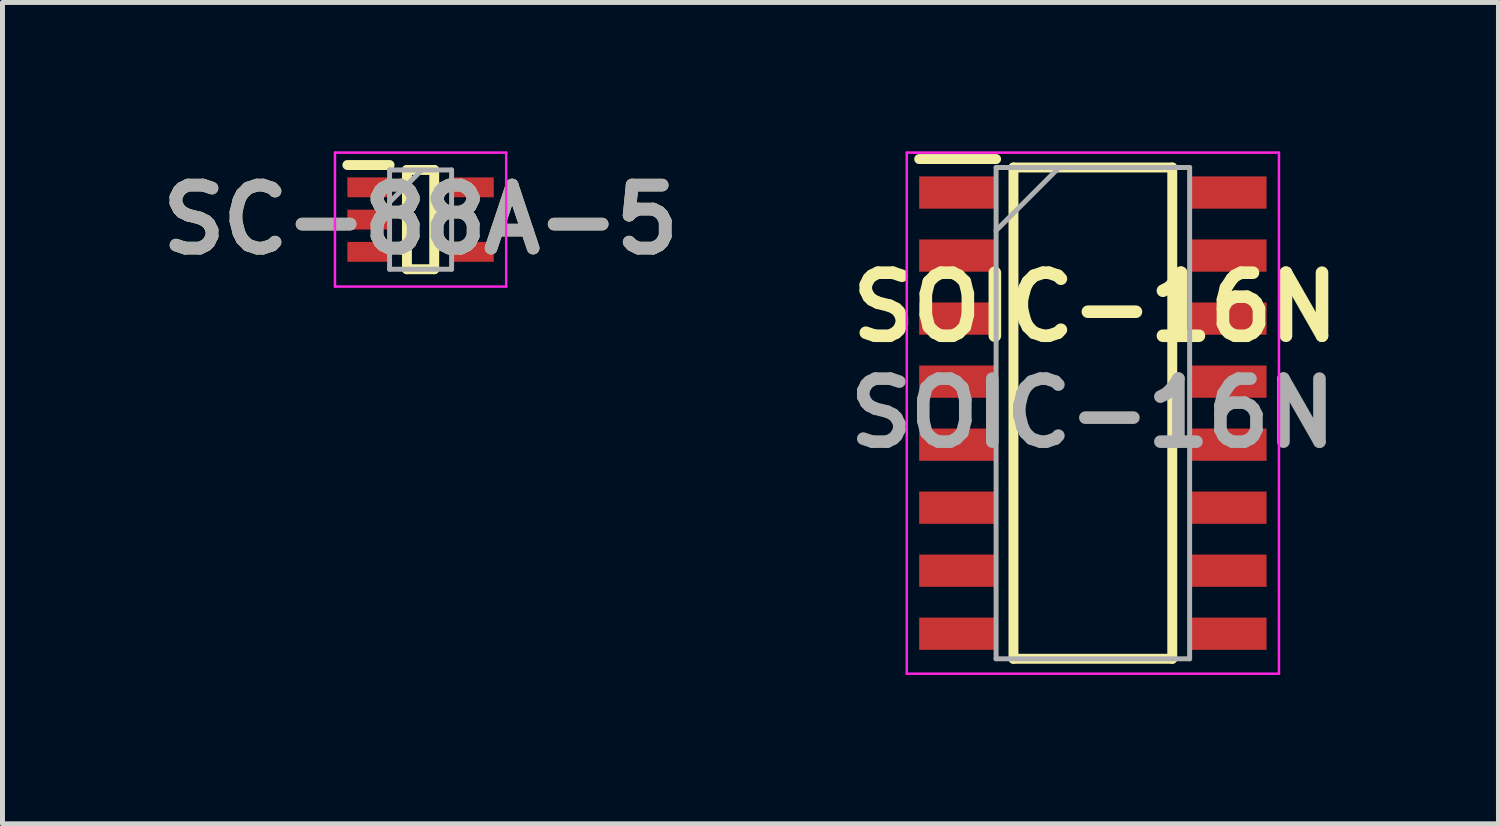
<source format=kicad_pcb>
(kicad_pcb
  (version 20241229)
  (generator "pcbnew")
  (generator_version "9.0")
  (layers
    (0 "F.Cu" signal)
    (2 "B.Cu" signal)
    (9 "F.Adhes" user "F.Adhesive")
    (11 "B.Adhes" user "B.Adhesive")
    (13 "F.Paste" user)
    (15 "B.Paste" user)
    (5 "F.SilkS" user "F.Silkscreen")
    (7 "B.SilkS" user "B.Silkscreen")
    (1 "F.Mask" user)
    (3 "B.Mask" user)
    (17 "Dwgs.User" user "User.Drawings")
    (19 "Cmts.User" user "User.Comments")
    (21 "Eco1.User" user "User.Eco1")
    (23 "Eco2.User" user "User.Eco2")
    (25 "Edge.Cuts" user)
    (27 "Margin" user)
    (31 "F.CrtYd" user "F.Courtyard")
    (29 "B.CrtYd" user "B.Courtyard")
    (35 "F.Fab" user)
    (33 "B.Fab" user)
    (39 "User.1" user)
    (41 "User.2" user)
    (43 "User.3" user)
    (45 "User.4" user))
  (footprint "SOIC-16N"
    (layer "F.Cu")
    (at 18.972 5.275)
    (property "Reference" "SOIC-16N" (at 0.051 -2.134 0) (layer "F.SilkS") (effects (font (size 1.27 1.27) (thickness 0.254))))
    (attr smd)
    (fp_line (start -3.5 -5.12) (end -1.95 -5.12) (stroke (width 0.2) (type solid)) (layer "F.SilkS"))
    (fp_line (start -1.6 -4.95) (end 1.6 -4.95) (stroke (width 0.2) (type solid)) (layer "F.SilkS"))
    (fp_line (start -1.6 4.95) (end -1.6 -4.95) (stroke (width 0.2) (type solid)) (layer "F.SilkS"))
    (fp_line (start 1.6 -4.95) (end 1.6 4.95) (stroke (width 0.2) (type solid)) (layer "F.SilkS"))
    (fp_line (start 1.6 4.95) (end -1.6 4.95) (stroke (width 0.2) (type solid)) (layer "F.SilkS"))
    (fp_line (start -3.75 -5.25) (end 3.75 -5.25) (stroke (width 0.05) (type solid)) (layer "F.CrtYd"))
    (fp_line (start -3.75 5.25) (end -3.75 -5.25) (stroke (width 0.05) (type solid)) (layer "F.CrtYd"))
    (fp_line (start 3.75 -5.25) (end 3.75 5.25) (stroke (width 0.05) (type solid)) (layer "F.CrtYd"))
    (fp_line (start 3.75 5.25) (end -3.75 5.25) (stroke (width 0.05) (type solid)) (layer "F.CrtYd"))
    (fp_line (start -1.95 -4.95) (end 1.95 -4.95) (stroke (width 0.1) (type solid)) (layer "F.Fab"))
    (fp_line (start -1.95 -3.68) (end -0.68 -4.95) (stroke (width 0.1) (type solid)) (layer "F.Fab"))
    (fp_line (start -1.95 4.95) (end -1.95 -4.95) (stroke (width 0.1) (type solid)) (layer "F.Fab"))
    (fp_line (start 1.95 -4.95) (end 1.95 4.95) (stroke (width 0.1) (type solid)) (layer "F.Fab"))
    (fp_line (start 1.95 4.95) (end -1.95 4.95) (stroke (width 0.1) (type solid)) (layer "F.Fab"))
    (fp_text user "${REFERENCE}" (at 0 0 0) (layer "F.Fab") (effects (font (size 1.27 1.27) (thickness 0.254))))
    (pad "1" smd rect (at -2.725 -4.445 90) (size 0.65 1.55) (layers "F.Cu" "F.Mask" "F.Paste"))
    (pad "2" smd rect (at -2.725 -3.175 90) (size 0.65 1.55) (layers "F.Cu" "F.Mask" "F.Paste"))
    (pad "3" smd rect (at -2.725 -1.905 90) (size 0.65 1.55) (layers "F.Cu" "F.Mask" "F.Paste"))
    (pad "4" smd rect (at -2.725 -0.635 90) (size 0.65 1.55) (layers "F.Cu" "F.Mask" "F.Paste"))
    (pad "5" smd rect (at -2.725 0.635 90) (size 0.65 1.55) (layers "F.Cu" "F.Mask" "F.Paste"))
    (pad "6" smd rect (at -2.725 1.905 90) (size 0.65 1.55) (layers "F.Cu" "F.Mask" "F.Paste"))
    (pad "7" smd rect (at -2.725 3.175 90) (size 0.65 1.55) (layers "F.Cu" "F.Mask" "F.Paste"))
    (pad "8" smd rect (at -2.725 4.445 90) (size 0.65 1.55) (layers "F.Cu" "F.Mask" "F.Paste"))
    (pad "9" smd rect (at 2.725 4.445 90) (size 0.65 1.55) (layers "F.Cu" "F.Mask" "F.Paste"))
    (pad "10" smd rect (at 2.725 3.175 90) (size 0.65 1.55) (layers "F.Cu" "F.Mask" "F.Paste"))
    (pad "11" smd rect (at 2.725 1.905 90) (size 0.65 1.55) (layers "F.Cu" "F.Mask" "F.Paste"))
    (pad "12" smd rect (at 2.725 0.635 90) (size 0.65 1.55) (layers "F.Cu" "F.Mask" "F.Paste"))
    (pad "13" smd rect (at 2.725 -0.635 90) (size 0.65 1.55) (layers "F.Cu" "F.Mask" "F.Paste"))
    (pad "14" smd rect (at 2.725 -1.905 90) (size 0.65 1.55) (layers "F.Cu" "F.Mask" "F.Paste"))
    (pad "15" smd rect (at 2.725 -3.175 90) (size 0.65 1.55) (layers "F.Cu" "F.Mask" "F.Paste"))
    (pad "16" smd rect (at 2.725 -4.445 90) (size 0.65 1.55) (layers "F.Cu" "F.Mask" "F.Paste")))
  (footprint "SC-88A-5"
    (layer "F.Cu")
    (at 5.425 1.375)
    (property "Reference" "SC-88A-5" (at 0 0 0) (layer "F.SilkS") (effects (font (size 1.27 1.27) (thickness 0.254))))
    (attr smd)
    (fp_line (start -1.475 -1.1) (end -0.625 -1.1) (stroke (width 0.2) (type solid)) (layer "F.SilkS"))
    (fp_line (start -0.275 -1) (end 0.275 -1) (stroke (width 0.2) (type solid)) (layer "F.SilkS"))
    (fp_line (start -0.275 1) (end -0.275 -1) (stroke (width 0.2) (type solid)) (layer "F.SilkS"))
    (fp_line (start 0.275 -1) (end 0.275 1) (stroke (width 0.2) (type solid)) (layer "F.SilkS"))
    (fp_line (start 0.275 1) (end -0.275 1) (stroke (width 0.2) (type solid)) (layer "F.SilkS"))
    (fp_line (start -1.725 -1.35) (end 1.725 -1.35) (stroke (width 0.05) (type solid)) (layer "F.CrtYd"))
    (fp_line (start -1.725 1.35) (end -1.725 -1.35) (stroke (width 0.05) (type solid)) (layer "F.CrtYd"))
    (fp_line (start 1.725 -1.35) (end 1.725 1.35) (stroke (width 0.05) (type solid)) (layer "F.CrtYd"))
    (fp_line (start 1.725 1.35) (end -1.725 1.35) (stroke (width 0.05) (type solid)) (layer "F.CrtYd"))
    (fp_line (start -0.625 -1) (end 0.625 -1) (stroke (width 0.1) (type solid)) (layer "F.Fab"))
    (fp_line (start -0.625 -0.35) (end 0.025 -1) (stroke (width 0.1) (type solid)) (layer "F.Fab"))
    (fp_line (start -0.625 1) (end -0.625 -1) (stroke (width 0.1) (type solid)) (layer "F.Fab"))
    (fp_line (start 0.625 -1) (end 0.625 1) (stroke (width 0.1) (type solid)) (layer "F.Fab"))
    (fp_line (start 0.625 1) (end -0.625 1) (stroke (width 0.1) (type solid)) (layer "F.Fab"))
    (fp_text user "${REFERENCE}" (at 0 0 0) (layer "F.Fab") (effects (font (size 1.27 1.27) (thickness 0.254))))
    (pad "1" smd rect (at -1.05 -0.65 90) (size 0.4 0.85) (layers "F.Cu" "F.Mask" "F.Paste"))
    (pad "2" smd rect (at -1.05 0 90) (size 0.4 0.85) (layers "F.Cu" "F.Mask" "F.Paste"))
    (pad "3" smd rect (at -1.05 0.65 90) (size 0.4 0.85) (layers "F.Cu" "F.Mask" "F.Paste"))
    (pad "4" smd rect (at 1.05 0.65 90) (size 0.4 0.85) (layers "F.Cu" "F.Mask" "F.Paste"))
    (pad "5" smd rect (at 1.05 -0.65 90) (size 0.4 0.85) (layers "F.Cu" "F.Mask" "F.Paste")))
  (gr_rect
    (start -3 -3)
    (end 27.145 13.55)
    (stroke (width 0.1) (type default))
    (fill no)
    (layer "Edge.Cuts")))
</source>
